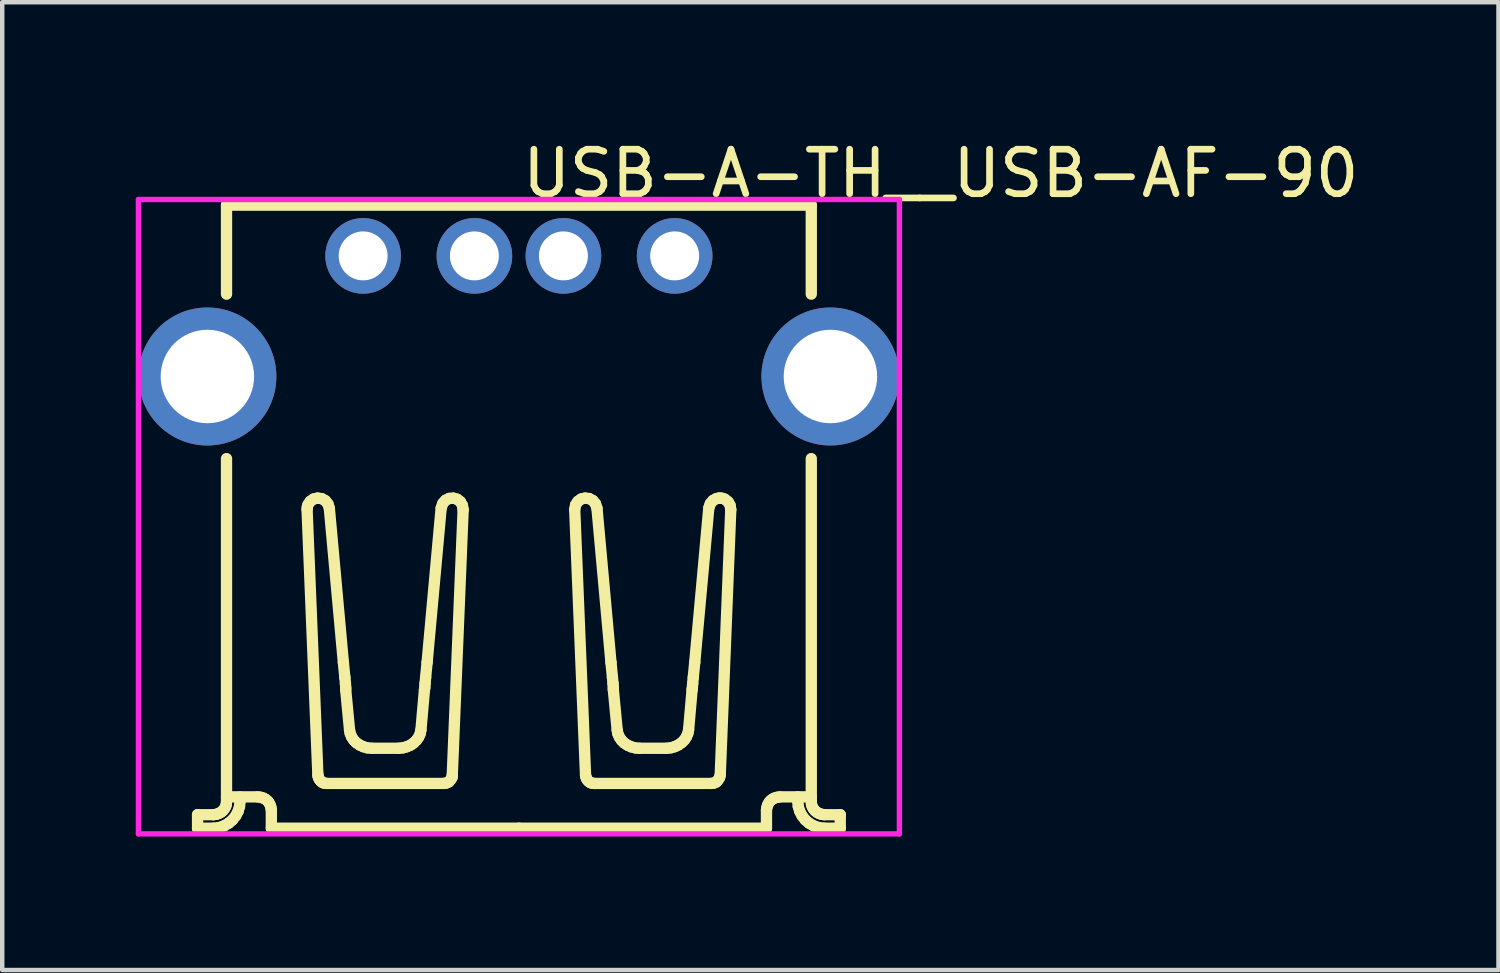
<source format=kicad_pcb>
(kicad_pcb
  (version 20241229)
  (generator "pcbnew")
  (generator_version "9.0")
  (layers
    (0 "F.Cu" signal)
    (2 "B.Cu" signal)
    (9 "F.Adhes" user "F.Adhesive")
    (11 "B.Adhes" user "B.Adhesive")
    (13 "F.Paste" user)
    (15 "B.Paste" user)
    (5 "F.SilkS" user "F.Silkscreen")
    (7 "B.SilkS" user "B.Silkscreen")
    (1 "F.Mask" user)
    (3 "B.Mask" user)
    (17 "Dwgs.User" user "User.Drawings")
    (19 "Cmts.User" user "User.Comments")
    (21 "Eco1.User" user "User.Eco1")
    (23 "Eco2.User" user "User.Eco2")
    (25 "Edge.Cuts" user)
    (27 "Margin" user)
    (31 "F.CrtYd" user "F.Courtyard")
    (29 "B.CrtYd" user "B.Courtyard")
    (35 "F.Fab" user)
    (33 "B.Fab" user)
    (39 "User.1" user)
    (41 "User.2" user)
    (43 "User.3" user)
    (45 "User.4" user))
  (footprint "USB-A-TH__USB-AF-90"
    (layer "F.Cu")
    (at 8.61 4.055)
    (property "Reference" "USB-A-TH__USB-AF-90" (at 0 -3.207 0) (layer "F.SilkS") (effects (font (size 1 1) (thickness 0.15)) (justify left)))
    (attr through_hole)
    (fp_line (start -7.221 11.202) (end -6.866 11.202) (stroke (width 0.254) (type solid)) (layer "F.SilkS"))
    (fp_line (start -7.221 11.505) (end -7.221 11.202) (stroke (width 0.254) (type solid)) (layer "F.SilkS"))
    (fp_line (start -6.866 11.505) (end -7.221 11.505) (stroke (width 0.254) (type solid)) (layer "F.SilkS"))
    (fp_line (start -6.799 11.193) (end -6.861 11.202) (stroke (width 0.254) (type solid)) (layer "F.SilkS"))
    (fp_line (start -6.745 11.174) (end -6.799 11.193) (stroke (width 0.254) (type solid)) (layer "F.SilkS"))
    (fp_line (start -6.741 11.491) (end -6.856 11.505) (stroke (width 0.254) (type solid)) (layer "F.SilkS"))
    (fp_line (start -6.692 11.145) (end -6.745 11.174) (stroke (width 0.254) (type solid)) (layer "F.SilkS"))
    (fp_line (start -6.65 11.109) (end -6.692 11.145) (stroke (width 0.254) (type solid)) (layer "F.SilkS"))
    (fp_line (start -6.624 11.452) (end -6.741 11.491) (stroke (width 0.254) (type solid)) (layer "F.SilkS"))
    (fp_line (start -6.613 11.062) (end -6.65 11.109) (stroke (width 0.254) (type solid)) (layer "F.SilkS"))
    (fp_line (start -6.586 11.009) (end -6.613 11.062) (stroke (width 0.254) (type solid)) (layer "F.SilkS"))
    (fp_line (start -6.573 10.954) (end -6.586 11.009) (stroke (width 0.254) (type solid)) (layer "F.SilkS"))
    (fp_line (start -6.57 -2.495) (end 6.57 -2.495) (stroke (width 0.254) (type solid)) (layer "F.SilkS"))
    (fp_line (start -6.57 -0.495) (end -6.57 -2.494) (stroke (width 0.254) (type solid)) (layer "F.SilkS"))
    (fp_line (start -6.57 10.801) (end -5.866 10.801) (stroke (width 0.254) (type solid)) (layer "F.SilkS"))
    (fp_line (start -6.57 10.9) (end -6.573 10.954) (stroke (width 0.254) (type solid)) (layer "F.SilkS"))
    (fp_line (start -6.57 10.9) (end -6.57 3.2) (stroke (width 0.254) (type solid)) (layer "F.SilkS"))
    (fp_line (start -6.52 11.391) (end -6.624 11.452) (stroke (width 0.254) (type solid)) (layer "F.SilkS"))
    (fp_line (start -6.436 11.319) (end -6.52 11.391) (stroke (width 0.254) (type solid)) (layer "F.SilkS"))
    (fp_line (start -6.362 11.225) (end -6.436 11.319) (stroke (width 0.254) (type solid)) (layer "F.SilkS"))
    (fp_line (start -6.31 11.125) (end -6.362 11.225) (stroke (width 0.254) (type solid)) (layer "F.SilkS"))
    (fp_line (start -6.278 11.016) (end -6.31 11.125) (stroke (width 0.254) (type solid)) (layer "F.SilkS"))
    (fp_line (start -6.267 10.801) (end -6.267 10.9) (stroke (width 0.254) (type solid)) (layer "F.SilkS"))
    (fp_line (start -6.267 10.9) (end -6.278 11.016) (stroke (width 0.254) (type solid)) (layer "F.SilkS"))
    (fp_line (start -5.866 10.801) (end -5.799 10.811) (stroke (width 0.254) (type solid)) (layer "F.SilkS"))
    (fp_line (start -5.799 10.811) (end -5.744 10.828) (stroke (width 0.254) (type solid)) (layer "F.SilkS"))
    (fp_line (start -5.744 10.828) (end -5.696 10.853) (stroke (width 0.254) (type solid)) (layer "F.SilkS"))
    (fp_line (start -5.696 10.853) (end -5.654 10.886) (stroke (width 0.254) (type solid)) (layer "F.SilkS"))
    (fp_line (start -5.654 10.886) (end -5.62 10.926) (stroke (width 0.254) (type solid)) (layer "F.SilkS"))
    (fp_line (start -5.62 10.926) (end -5.592 10.978) (stroke (width 0.254) (type solid)) (layer "F.SilkS"))
    (fp_line (start -5.592 10.978) (end -5.572 11.037) (stroke (width 0.254) (type solid)) (layer "F.SilkS"))
    (fp_line (start -5.572 11.037) (end -5.563 11.098) (stroke (width 0.254) (type solid)) (layer "F.SilkS"))
    (fp_line (start -5.563 11.505) (end -5.563 11.104) (stroke (width 0.254) (type solid)) (layer "F.SilkS"))
    (fp_line (start -5.563 11.505) (end 0 11.505) (stroke (width 0.254) (type solid)) (layer "F.SilkS"))
    (fp_line (start -4.76 4.347) (end -4.517 10.308) (stroke (width 0.254) (type solid)) (layer "F.SilkS"))
    (fp_line (start -4.754 4.284) (end -4.76 4.337) (stroke (width 0.254) (type solid)) (layer "F.SilkS"))
    (fp_line (start -4.74 4.237) (end -4.754 4.284) (stroke (width 0.254) (type solid)) (layer "F.SilkS"))
    (fp_line (start -4.69 4.161) (end -4.74 4.237) (stroke (width 0.254) (type solid)) (layer "F.SilkS"))
    (fp_line (start -4.614 4.108) (end -4.69 4.161) (stroke (width 0.254) (type solid)) (layer "F.SilkS"))
    (fp_line (start -4.524 4.087) (end -4.614 4.108) (stroke (width 0.254) (type solid)) (layer "F.SilkS"))
    (fp_line (start -4.517 10.308) (end -4.509 10.352) (stroke (width 0.254) (type solid)) (layer "F.SilkS"))
    (fp_line (start -4.509 10.352) (end -4.494 10.39) (stroke (width 0.254) (type solid)) (layer "F.SilkS"))
    (fp_line (start -4.494 10.39) (end -4.474 10.424) (stroke (width 0.254) (type solid)) (layer "F.SilkS"))
    (fp_line (start -4.474 10.424) (end -4.449 10.451) (stroke (width 0.254) (type solid)) (layer "F.SilkS"))
    (fp_line (start -4.449 10.451) (end -4.421 10.473) (stroke (width 0.254) (type solid)) (layer "F.SilkS"))
    (fp_line (start -4.432 4.099) (end -4.524 4.087) (stroke (width 0.254) (type solid)) (layer "F.SilkS"))
    (fp_line (start -4.421 10.473) (end -4.389 10.489) (stroke (width 0.254) (type solid)) (layer "F.SilkS"))
    (fp_line (start -4.389 10.489) (end -4.352 10.497) (stroke (width 0.254) (type solid)) (layer "F.SilkS"))
    (fp_line (start -4.352 10.497) (end -4.316 10.499) (stroke (width 0.254) (type solid)) (layer "F.SilkS"))
    (fp_line (start -4.349 4.145) (end -4.432 4.099) (stroke (width 0.254) (type solid)) (layer "F.SilkS"))
    (fp_line (start -4.313 10.499) (end -1.694 10.499) (stroke (width 0.254) (type solid)) (layer "F.SilkS"))
    (fp_line (start -4.291 4.218) (end -4.349 4.145) (stroke (width 0.254) (type solid)) (layer "F.SilkS"))
    (fp_line (start -4.26 4.314) (end -4.291 4.218) (stroke (width 0.254) (type solid)) (layer "F.SilkS"))
    (fp_line (start -3.944 7.781) (end -4.26 4.314) (stroke (width 0.254) (type solid)) (layer "F.SilkS"))
    (fp_line (start -3.944 7.781) (end -3.911 8.117) (stroke (width 0.254) (type solid)) (layer "F.SilkS"))
    (fp_line (start -3.911 8.117) (end -3.898 8.255) (stroke (width 0.254) (type solid)) (layer "F.SilkS"))
    (fp_line (start -3.892 8.347) (end -3.898 8.255) (stroke (width 0.254) (type solid)) (layer "F.SilkS"))
    (fp_line (start -3.892 8.393) (end -3.892 8.347) (stroke (width 0.254) (type solid)) (layer "F.SilkS"))
    (fp_line (start -3.806 9.295) (end -3.892 8.393) (stroke (width 0.254) (type solid)) (layer "F.SilkS"))
    (fp_line (start -3.806 9.295) (end -3.791 9.375) (stroke (width 0.254) (type solid)) (layer "F.SilkS"))
    (fp_line (start -3.791 9.375) (end -3.759 9.454) (stroke (width 0.254) (type solid)) (layer "F.SilkS"))
    (fp_line (start -3.759 9.454) (end -3.713 9.523) (stroke (width 0.254) (type solid)) (layer "F.SilkS"))
    (fp_line (start -3.713 9.523) (end -3.655 9.583) (stroke (width 0.254) (type solid)) (layer "F.SilkS"))
    (fp_line (start -3.655 9.583) (end -3.58 9.635) (stroke (width 0.254) (type solid)) (layer "F.SilkS"))
    (fp_line (start -3.58 9.635) (end -3.496 9.674) (stroke (width 0.254) (type solid)) (layer "F.SilkS"))
    (fp_line (start -3.496 9.674) (end -3.407 9.699) (stroke (width 0.254) (type solid)) (layer "F.SilkS"))
    (fp_line (start -3.407 9.699) (end -3.313 9.709) (stroke (width 0.254) (type solid)) (layer "F.SilkS"))
    (fp_line (start -2.701 9.709) (end -3.306 9.709) (stroke (width 0.254) (type solid)) (layer "F.SilkS"))
    (fp_line (start -2.701 9.709) (end -2.607 9.699) (stroke (width 0.254) (type solid)) (layer "F.SilkS"))
    (fp_line (start -2.607 9.699) (end -2.518 9.675) (stroke (width 0.254) (type solid)) (layer "F.SilkS"))
    (fp_line (start -2.518 9.675) (end -2.434 9.637) (stroke (width 0.254) (type solid)) (layer "F.SilkS"))
    (fp_line (start -2.434 9.637) (end -2.365 9.59) (stroke (width 0.254) (type solid)) (layer "F.SilkS"))
    (fp_line (start -2.365 9.59) (end -2.301 9.527) (stroke (width 0.254) (type solid)) (layer "F.SilkS"))
    (fp_line (start -2.301 9.527) (end -2.253 9.459) (stroke (width 0.254) (type solid)) (layer "F.SilkS"))
    (fp_line (start -2.253 9.459) (end -2.221 9.388) (stroke (width 0.254) (type solid)) (layer "F.SilkS"))
    (fp_line (start -2.221 9.388) (end -2.202 9.302) (stroke (width 0.254) (type solid)) (layer "F.SilkS"))
    (fp_line (start -2.122 8.393) (end -2.201 9.295) (stroke (width 0.254) (type solid)) (layer "F.SilkS"))
    (fp_line (start -2.122 8.393) (end -2.115 8.347) (stroke (width 0.254) (type solid)) (layer "F.SilkS"))
    (fp_line (start -2.115 8.347) (end -2.109 8.255) (stroke (width 0.254) (type solid)) (layer "F.SilkS"))
    (fp_line (start -2.096 8.117) (end -2.109 8.255) (stroke (width 0.254) (type solid)) (layer "F.SilkS"))
    (fp_line (start -2.063 7.781) (end -2.096 8.117) (stroke (width 0.254) (type solid)) (layer "F.SilkS"))
    (fp_line (start -2.063 7.781) (end -1.747 4.314) (stroke (width 0.254) (type solid)) (layer "F.SilkS"))
    (fp_line (start -1.709 4.205) (end -1.745 4.304) (stroke (width 0.254) (type solid)) (layer "F.SilkS"))
    (fp_line (start -1.694 10.499) (end -1.635 10.492) (stroke (width 0.254) (type solid)) (layer "F.SilkS"))
    (fp_line (start -1.648 4.136) (end -1.709 4.205) (stroke (width 0.254) (type solid)) (layer "F.SilkS"))
    (fp_line (start -1.635 10.492) (end -1.576 10.466) (stroke (width 0.254) (type solid)) (layer "F.SilkS"))
    (fp_line (start -1.576 10.466) (end -1.536 10.419) (stroke (width 0.254) (type solid)) (layer "F.SilkS"))
    (fp_line (start -1.565 4.095) (end -1.648 4.136) (stroke (width 0.254) (type solid)) (layer "F.SilkS"))
    (fp_line (start -1.536 10.419) (end -1.503 10.367) (stroke (width 0.254) (type solid)) (layer "F.SilkS"))
    (fp_line (start -1.503 10.367) (end -1.497 10.308) (stroke (width 0.254) (type solid)) (layer "F.SilkS"))
    (fp_line (start -1.497 10.308) (end -1.253 4.347) (stroke (width 0.254) (type solid)) (layer "F.SilkS"))
    (fp_line (start -1.475 4.088) (end -1.565 4.095) (stroke (width 0.254) (type solid)) (layer "F.SilkS"))
    (fp_line (start -1.387 4.113) (end -1.475 4.088) (stroke (width 0.254) (type solid)) (layer "F.SilkS"))
    (fp_line (start -1.314 4.17) (end -1.387 4.113) (stroke (width 0.254) (type solid)) (layer "F.SilkS"))
    (fp_line (start -1.269 4.251) (end -1.314 4.17) (stroke (width 0.254) (type solid)) (layer "F.SilkS"))
    (fp_line (start -1.253 4.347) (end -1.269 4.251) (stroke (width 0.254) (type solid)) (layer "F.SilkS"))
    (fp_line (start 1.274 4.241) (end 1.254 4.337) (stroke (width 0.254) (type solid)) (layer "F.SilkS"))
    (fp_line (start 1.323 4.163) (end 1.274 4.241) (stroke (width 0.254) (type solid)) (layer "F.SilkS"))
    (fp_line (start 1.399 4.108) (end 1.323 4.163) (stroke (width 0.254) (type solid)) (layer "F.SilkS"))
    (fp_line (start 1.488 4.087) (end 1.399 4.108) (stroke (width 0.254) (type solid)) (layer "F.SilkS"))
    (fp_line (start 1.497 10.308) (end 1.254 4.347) (stroke (width 0.254) (type solid)) (layer "F.SilkS"))
    (fp_line (start 1.497 10.308) (end 1.504 10.349) (stroke (width 0.254) (type solid)) (layer "F.SilkS"))
    (fp_line (start 1.504 10.349) (end 1.518 10.387) (stroke (width 0.254) (type solid)) (layer "F.SilkS"))
    (fp_line (start 1.518 10.387) (end 1.538 10.422) (stroke (width 0.254) (type solid)) (layer "F.SilkS"))
    (fp_line (start 1.538 10.422) (end 1.564 10.451) (stroke (width 0.254) (type solid)) (layer "F.SilkS"))
    (fp_line (start 1.564 10.451) (end 1.593 10.473) (stroke (width 0.254) (type solid)) (layer "F.SilkS"))
    (fp_line (start 1.579 4.098) (end 1.488 4.087) (stroke (width 0.254) (type solid)) (layer "F.SilkS"))
    (fp_line (start 1.593 10.473) (end 1.625 10.489) (stroke (width 0.254) (type solid)) (layer "F.SilkS"))
    (fp_line (start 1.625 10.489) (end 1.661 10.497) (stroke (width 0.254) (type solid)) (layer "F.SilkS"))
    (fp_line (start 1.661 4.142) (end 1.579 4.098) (stroke (width 0.254) (type solid)) (layer "F.SilkS"))
    (fp_line (start 1.661 10.497) (end 1.697 10.499) (stroke (width 0.254) (type solid)) (layer "F.SilkS"))
    (fp_line (start 1.72 4.213) (end 1.661 4.142) (stroke (width 0.254) (type solid)) (layer "F.SilkS"))
    (fp_line (start 1.754 4.314) (end 1.72 4.213) (stroke (width 0.254) (type solid)) (layer "F.SilkS"))
    (fp_line (start 2.069 7.781) (end 1.754 4.314) (stroke (width 0.254) (type solid)) (layer "F.SilkS"))
    (fp_line (start 2.069 7.781) (end 2.102 8.117) (stroke (width 0.254) (type solid)) (layer "F.SilkS"))
    (fp_line (start 2.102 8.117) (end 2.115 8.255) (stroke (width 0.254) (type solid)) (layer "F.SilkS"))
    (fp_line (start 2.122 8.347) (end 2.115 8.255) (stroke (width 0.254) (type solid)) (layer "F.SilkS"))
    (fp_line (start 2.122 8.393) (end 2.122 8.347) (stroke (width 0.254) (type solid)) (layer "F.SilkS"))
    (fp_line (start 2.122 8.393) (end 2.208 9.295) (stroke (width 0.254) (type solid)) (layer "F.SilkS"))
    (fp_line (start 2.224 9.382) (end 2.208 9.302) (stroke (width 0.254) (type solid)) (layer "F.SilkS"))
    (fp_line (start 2.258 9.46) (end 2.224 9.382) (stroke (width 0.254) (type solid)) (layer "F.SilkS"))
    (fp_line (start 2.305 9.529) (end 2.258 9.46) (stroke (width 0.254) (type solid)) (layer "F.SilkS"))
    (fp_line (start 2.364 9.588) (end 2.305 9.529) (stroke (width 0.254) (type solid)) (layer "F.SilkS"))
    (fp_line (start 2.44 9.639) (end 2.364 9.588) (stroke (width 0.254) (type solid)) (layer "F.SilkS"))
    (fp_line (start 2.524 9.677) (end 2.44 9.639) (stroke (width 0.254) (type solid)) (layer "F.SilkS"))
    (fp_line (start 2.621 9.702) (end 2.524 9.677) (stroke (width 0.254) (type solid)) (layer "F.SilkS"))
    (fp_line (start 2.707 9.709) (end 2.621 9.702) (stroke (width 0.254) (type solid)) (layer "F.SilkS"))
    (fp_line (start 2.707 9.709) (end 3.313 9.709) (stroke (width 0.254) (type solid)) (layer "F.SilkS"))
    (fp_line (start 3.413 9.698) (end 3.32 9.709) (stroke (width 0.254) (type solid)) (layer "F.SilkS"))
    (fp_line (start 3.503 9.673) (end 3.413 9.698) (stroke (width 0.254) (type solid)) (layer "F.SilkS"))
    (fp_line (start 3.585 9.634) (end 3.503 9.673) (stroke (width 0.254) (type solid)) (layer "F.SilkS"))
    (fp_line (start 3.659 9.581) (end 3.585 9.634) (stroke (width 0.254) (type solid)) (layer "F.SilkS"))
    (fp_line (start 3.718 9.522) (end 3.659 9.581) (stroke (width 0.254) (type solid)) (layer "F.SilkS"))
    (fp_line (start 3.764 9.453) (end 3.718 9.522) (stroke (width 0.254) (type solid)) (layer "F.SilkS"))
    (fp_line (start 3.797 9.374) (end 3.764 9.453) (stroke (width 0.254) (type solid)) (layer "F.SilkS"))
    (fp_line (start 3.813 9.295) (end 3.797 9.374) (stroke (width 0.254) (type solid)) (layer "F.SilkS"))
    (fp_line (start 3.892 8.393) (end 3.813 9.295) (stroke (width 0.254) (type solid)) (layer "F.SilkS"))
    (fp_line (start 3.892 8.393) (end 3.898 8.347) (stroke (width 0.254) (type solid)) (layer "F.SilkS"))
    (fp_line (start 3.898 8.347) (end 3.905 8.255) (stroke (width 0.254) (type solid)) (layer "F.SilkS"))
    (fp_line (start 3.918 8.117) (end 3.905 8.255) (stroke (width 0.254) (type solid)) (layer "F.SilkS"))
    (fp_line (start 3.951 7.781) (end 3.918 8.117) (stroke (width 0.254) (type solid)) (layer "F.SilkS"))
    (fp_line (start 3.951 7.781) (end 4.267 4.314) (stroke (width 0.254) (type solid)) (layer "F.SilkS"))
    (fp_line (start 4.301 4.212) (end 4.269 4.304) (stroke (width 0.254) (type solid)) (layer "F.SilkS"))
    (fp_line (start 4.319 10.499) (end 1.701 10.499) (stroke (width 0.254) (type solid)) (layer "F.SilkS"))
    (fp_line (start 4.319 10.499) (end 4.379 10.492) (stroke (width 0.254) (type solid)) (layer "F.SilkS"))
    (fp_line (start 4.361 4.141) (end 4.301 4.212) (stroke (width 0.254) (type solid)) (layer "F.SilkS"))
    (fp_line (start 4.379 10.492) (end 4.438 10.466) (stroke (width 0.254) (type solid)) (layer "F.SilkS"))
    (fp_line (start 4.437 4.099) (end 4.361 4.141) (stroke (width 0.254) (type solid)) (layer "F.SilkS"))
    (fp_line (start 4.438 10.466) (end 4.477 10.419) (stroke (width 0.254) (type solid)) (layer "F.SilkS"))
    (fp_line (start 4.477 10.419) (end 4.51 10.367) (stroke (width 0.254) (type solid)) (layer "F.SilkS"))
    (fp_line (start 4.485 4.088) (end 4.437 4.099) (stroke (width 0.254) (type solid)) (layer "F.SilkS"))
    (fp_line (start 4.51 10.367) (end 4.524 10.308) (stroke (width 0.254) (type solid)) (layer "F.SilkS"))
    (fp_line (start 4.534 4.087) (end 4.485 4.088) (stroke (width 0.254) (type solid)) (layer "F.SilkS"))
    (fp_line (start 4.583 4.095) (end 4.534 4.087) (stroke (width 0.254) (type solid)) (layer "F.SilkS"))
    (fp_line (start 4.628 4.113) (end 4.583 4.095) (stroke (width 0.254) (type solid)) (layer "F.SilkS"))
    (fp_line (start 4.701 4.17) (end 4.628 4.113) (stroke (width 0.254) (type solid)) (layer "F.SilkS"))
    (fp_line (start 4.746 4.25) (end 4.701 4.17) (stroke (width 0.254) (type solid)) (layer "F.SilkS"))
    (fp_line (start 4.761 4.347) (end 4.524 10.308) (stroke (width 0.254) (type solid)) (layer "F.SilkS"))
    (fp_line (start 4.761 4.347) (end 4.746 4.25) (stroke (width 0.254) (type solid)) (layer "F.SilkS"))
    (fp_line (start 5.563 11.505) (end 0 11.505) (stroke (width 0.254) (type solid)) (layer "F.SilkS"))
    (fp_line (start 5.563 11.505) (end 5.563 11.104) (stroke (width 0.254) (type solid)) (layer "F.SilkS"))
    (fp_line (start 5.574 11.032) (end 5.563 11.098) (stroke (width 0.254) (type solid)) (layer "F.SilkS"))
    (fp_line (start 5.592 10.978) (end 5.574 11.032) (stroke (width 0.254) (type solid)) (layer "F.SilkS"))
    (fp_line (start 5.62 10.926) (end 5.592 10.978) (stroke (width 0.254) (type solid)) (layer "F.SilkS"))
    (fp_line (start 5.654 10.886) (end 5.62 10.926) (stroke (width 0.254) (type solid)) (layer "F.SilkS"))
    (fp_line (start 5.7 10.851) (end 5.654 10.886) (stroke (width 0.254) (type solid)) (layer "F.SilkS"))
    (fp_line (start 5.744 10.828) (end 5.7 10.851) (stroke (width 0.254) (type solid)) (layer "F.SilkS"))
    (fp_line (start 5.799 10.811) (end 5.744 10.828) (stroke (width 0.254) (type solid)) (layer "F.SilkS"))
    (fp_line (start 5.866 10.801) (end 5.799 10.811) (stroke (width 0.254) (type solid)) (layer "F.SilkS"))
    (fp_line (start 6.267 10.801) (end 6.267 10.9) (stroke (width 0.254) (type solid)) (layer "F.SilkS"))
    (fp_line (start 6.267 10.9) (end 6.278 11.016) (stroke (width 0.254) (type solid)) (layer "F.SilkS"))
    (fp_line (start 6.278 11.016) (end 6.31 11.125) (stroke (width 0.254) (type solid)) (layer "F.SilkS"))
    (fp_line (start 6.31 11.125) (end 6.362 11.225) (stroke (width 0.254) (type solid)) (layer "F.SilkS"))
    (fp_line (start 6.362 11.225) (end 6.436 11.319) (stroke (width 0.254) (type solid)) (layer "F.SilkS"))
    (fp_line (start 6.436 11.319) (end 6.52 11.391) (stroke (width 0.254) (type solid)) (layer "F.SilkS"))
    (fp_line (start 6.52 11.391) (end 6.624 11.452) (stroke (width 0.254) (type solid)) (layer "F.SilkS"))
    (fp_line (start 6.57 -0.496) (end 6.57 -2.495) (stroke (width 0.254) (type solid)) (layer "F.SilkS"))
    (fp_line (start 6.57 10.801) (end 5.866 10.801) (stroke (width 0.254) (type solid)) (layer "F.SilkS"))
    (fp_line (start 6.57 10.9) (end 6.57 3.2) (stroke (width 0.254) (type solid)) (layer "F.SilkS"))
    (fp_line (start 6.57 10.9) (end 6.573 10.959) (stroke (width 0.254) (type solid)) (layer "F.SilkS"))
    (fp_line (start 6.573 10.959) (end 6.587 11.009) (stroke (width 0.254) (type solid)) (layer "F.SilkS"))
    (fp_line (start 6.587 11.009) (end 6.613 11.062) (stroke (width 0.254) (type solid)) (layer "F.SilkS"))
    (fp_line (start 6.613 11.062) (end 6.65 11.109) (stroke (width 0.254) (type solid)) (layer "F.SilkS"))
    (fp_line (start 6.624 11.452) (end 6.741 11.491) (stroke (width 0.254) (type solid)) (layer "F.SilkS"))
    (fp_line (start 6.65 11.109) (end 6.692 11.145) (stroke (width 0.254) (type solid)) (layer "F.SilkS"))
    (fp_line (start 6.692 11.145) (end 6.745 11.174) (stroke (width 0.254) (type solid)) (layer "F.SilkS"))
    (fp_line (start 6.741 11.491) (end 6.856 11.505) (stroke (width 0.254) (type solid)) (layer "F.SilkS"))
    (fp_line (start 6.745 11.174) (end 6.799 11.193) (stroke (width 0.254) (type solid)) (layer "F.SilkS"))
    (fp_line (start 6.799 11.193) (end 6.861 11.202) (stroke (width 0.254) (type solid)) (layer "F.SilkS"))
    (fp_line (start 6.866 11.505) (end 7.221 11.505) (stroke (width 0.254) (type solid)) (layer "F.SilkS"))
    (fp_line (start 7.221 11.202) (end 6.866 11.202) (stroke (width 0.254) (type solid)) (layer "F.SilkS"))
    (fp_line (start 7.221 11.505) (end 7.221 11.202) (stroke (width 0.254) (type solid)) (layer "F.SilkS"))
    (fp_circle (center -8.55 -2.622) (end -8.52 -2.622) (stroke (width 0.06) (type solid)) (fill no) (layer "Eco2.User"))
    (fp_circle (center -7 1.355) (end -6.525 1.355) (stroke (width 0.95) (type solid)) (fill no) (layer "Eco2.User"))
    (fp_circle (center -3.5 -1.355) (end -3.275 -1.355) (stroke (width 0.45) (type solid)) (fill no) (layer "Eco2.User"))
    (fp_circle (center -1 -1.355) (end -0.775 -1.355) (stroke (width 0.45) (type solid)) (fill no) (layer "Eco2.User"))
    (fp_circle (center 1 -1.355) (end 1.225 -1.355) (stroke (width 0.45) (type solid)) (fill no) (layer "Eco2.User"))
    (fp_circle (center 3.5 -1.355) (end 3.725 -1.355) (stroke (width 0.45) (type solid)) (fill no) (layer "Eco2.User"))
    (fp_circle (center 7 1.355) (end 7.475 1.355) (stroke (width 0.95) (type solid)) (fill no) (layer "Eco2.User"))
    (fp_line (start -8.55 -2.622) (end 8.55 -2.622) (stroke (width 0.12) (type solid)) (layer "F.CrtYd"))
    (fp_line (start -8.55 11.632) (end -8.55 -2.622) (stroke (width 0.12) (type solid)) (layer "F.CrtYd"))
    (fp_line (start 8.55 -2.622) (end 8.55 11.632) (stroke (width 0.12) (type solid)) (layer "F.CrtYd"))
    (fp_line (start 8.55 11.632) (end -8.55 11.632) (stroke (width 0.12) (type solid)) (layer "F.CrtYd"))
    (pad "1" thru_hole circle (at -3.5 -1.355 270) (size 1.7 1.7) (drill 1.1) (layers "*.Cu" "*.Mask"))
    (pad "2" thru_hole circle (at -1 -1.355 270) (size 1.7 1.7) (drill 1.1) (layers "*.Cu" "*.Mask"))
    (pad "3" thru_hole circle (at 1 -1.355 270) (size 1.7 1.7) (drill 1.1) (layers "*.Cu" "*.Mask"))
    (pad "4" thru_hole circle (at 3.5 -1.355 270) (size 1.7 1.7) (drill 1.1) (layers "*.Cu" "*.Mask"))
    (pad "SH1" thru_hole circle (at 7 1.355 90) (size 3.1 3.1) (drill 2.1) (layers "*.Cu" "*.Mask"))
    (pad "SH2" thru_hole circle (at -7 1.355 90) (size 3.1 3.1) (drill 2.1) (layers "*.Cu" "*.Mask")))
  (gr_rect
    (start -3 -3)
    (end 30.622 18.747)
    (stroke (width 0.1) (type default))
    (fill no)
    (layer "Edge.Cuts")))
</source>
